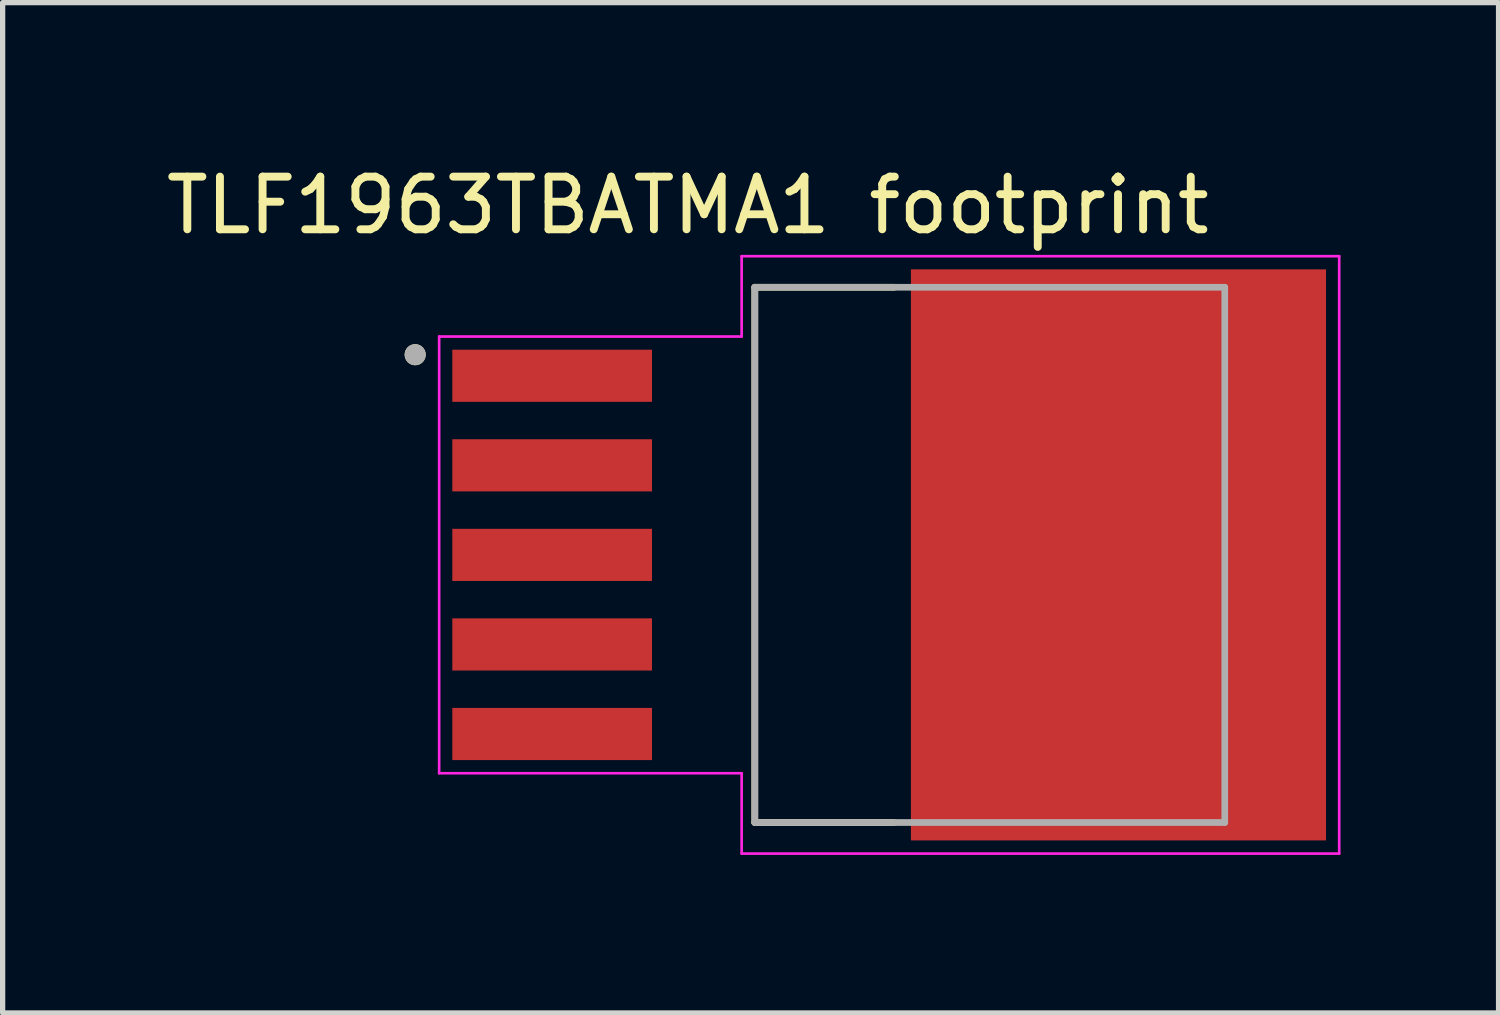
<source format=kicad_pcb>
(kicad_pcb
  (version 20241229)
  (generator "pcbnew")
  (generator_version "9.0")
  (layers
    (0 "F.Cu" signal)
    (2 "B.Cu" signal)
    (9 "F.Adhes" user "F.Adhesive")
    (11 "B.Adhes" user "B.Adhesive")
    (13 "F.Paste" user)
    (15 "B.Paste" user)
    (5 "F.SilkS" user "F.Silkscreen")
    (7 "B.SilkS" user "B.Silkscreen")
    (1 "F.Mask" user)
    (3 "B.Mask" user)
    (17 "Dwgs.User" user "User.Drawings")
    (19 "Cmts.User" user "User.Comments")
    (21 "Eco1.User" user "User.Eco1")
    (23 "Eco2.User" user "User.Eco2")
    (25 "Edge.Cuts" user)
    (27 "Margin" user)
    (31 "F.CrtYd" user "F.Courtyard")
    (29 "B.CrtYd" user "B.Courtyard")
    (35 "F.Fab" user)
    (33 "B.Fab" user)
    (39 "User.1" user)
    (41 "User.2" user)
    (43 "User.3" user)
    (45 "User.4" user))
  (footprint "TLF1963TBATMA1 footprint"
    (layer "F.Cu")
    (at 13.831 7.483)
    (property "Reference" "TLF1963TBATMA1 footprint" (at -3.825 -6.635 0) (layer "F.SilkS") (effects (font (size 1 1) (thickness 0.15))))
    (attr smd)
    (fp_line (start -2.553 -5.08) (end 0.09 -5.08) (stroke (width 0.127) (type solid)) (layer "F.SilkS"))
    (fp_line (start -2.553 5.08) (end -2.553 -5.08) (stroke (width 0.127) (type solid)) (layer "F.SilkS"))
    (fp_line (start 0.09 5.08) (end -2.553 5.08) (stroke (width 0.127) (type solid)) (layer "F.SilkS"))
    (fp_circle (center -9 -3.8) (end -8.9 -3.8) (stroke (width 0.2) (type solid)) (fill no) (layer "F.SilkS"))
    (fp_poly (pts (xy 0.96 -5.15) (xy 2.48 -5.15) (xy 2.48 -3.9) (xy 0.96 -3.9)) (stroke (width 0.01) (type solid)) (fill yes) (layer "F.Paste"))
    (fp_poly (pts (xy 0.96 -3.34) (xy 2.48 -3.34) (xy 2.48 -2.09) (xy 0.96 -2.09)) (stroke (width 0.01) (type solid)) (fill yes) (layer "F.Paste"))
    (fp_poly (pts (xy 0.96 -1.53) (xy 2.48 -1.53) (xy 2.48 -0.28) (xy 0.96 -0.28)) (stroke (width 0.01) (type solid)) (fill yes) (layer "F.Paste"))
    (fp_poly (pts (xy 0.96 0.28) (xy 2.48 0.28) (xy 2.48 1.53) (xy 0.96 1.53)) (stroke (width 0.01) (type solid)) (fill yes) (layer "F.Paste"))
    (fp_poly (pts (xy 0.96 2.09) (xy 2.48 2.09) (xy 2.48 3.34) (xy 0.96 3.34)) (stroke (width 0.01) (type solid)) (fill yes) (layer "F.Paste"))
    (fp_poly (pts (xy 0.96 3.9) (xy 2.48 3.9) (xy 2.48 5.15) (xy 0.96 5.15)) (stroke (width 0.01) (type solid)) (fill yes) (layer "F.Paste"))
    (fp_poly (pts (xy 3.59 -5.15) (xy 5.11 -5.15) (xy 5.11 -3.9) (xy 3.59 -3.9)) (stroke (width 0.01) (type solid)) (fill yes) (layer "F.Paste"))
    (fp_poly (pts (xy 3.59 -3.34) (xy 5.11 -3.34) (xy 5.11 -2.09) (xy 3.59 -2.09)) (stroke (width 0.01) (type solid)) (fill yes) (layer "F.Paste"))
    (fp_poly (pts (xy 3.59 -1.53) (xy 5.11 -1.53) (xy 5.11 -0.28) (xy 3.59 -0.28)) (stroke (width 0.01) (type solid)) (fill yes) (layer "F.Paste"))
    (fp_poly (pts (xy 3.59 0.28) (xy 5.11 0.28) (xy 5.11 1.53) (xy 3.59 1.53)) (stroke (width 0.01) (type solid)) (fill yes) (layer "F.Paste"))
    (fp_poly (pts (xy 3.59 2.09) (xy 5.11 2.09) (xy 5.11 3.34) (xy 3.59 3.34)) (stroke (width 0.01) (type solid)) (fill yes) (layer "F.Paste"))
    (fp_poly (pts (xy 3.59 3.9) (xy 5.11 3.9) (xy 5.11 5.15) (xy 3.59 5.15)) (stroke (width 0.01) (type solid)) (fill yes) (layer "F.Paste"))
    (fp_poly (pts (xy 6.22 -5.15) (xy 7.74 -5.15) (xy 7.74 -3.9) (xy 6.22 -3.9)) (stroke (width 0.01) (type solid)) (fill yes) (layer "F.Paste"))
    (fp_poly (pts (xy 6.22 -3.34) (xy 7.74 -3.34) (xy 7.74 -2.09) (xy 6.22 -2.09)) (stroke (width 0.01) (type solid)) (fill yes) (layer "F.Paste"))
    (fp_poly (pts (xy 6.22 -1.53) (xy 7.74 -1.53) (xy 7.74 -0.28) (xy 6.22 -0.28)) (stroke (width 0.01) (type solid)) (fill yes) (layer "F.Paste"))
    (fp_poly (pts (xy 6.22 0.28) (xy 7.74 0.28) (xy 7.74 1.53) (xy 6.22 1.53)) (stroke (width 0.01) (type solid)) (fill yes) (layer "F.Paste"))
    (fp_poly (pts (xy 6.22 2.09) (xy 7.74 2.09) (xy 7.74 3.34) (xy 6.22 3.34)) (stroke (width 0.01) (type solid)) (fill yes) (layer "F.Paste"))
    (fp_poly (pts (xy 6.22 3.9) (xy 7.74 3.9) (xy 7.74 5.15) (xy 6.22 5.15)) (stroke (width 0.01) (type solid)) (fill yes) (layer "F.Paste"))
    (fp_line (start -8.545 -4.145) (end -8.545 4.145) (stroke (width 0.05) (type solid)) (layer "F.CrtYd"))
    (fp_line (start -8.545 4.145) (end -2.803 4.145) (stroke (width 0.05) (type solid)) (layer "F.CrtYd"))
    (fp_line (start -2.803 -5.67) (end -2.803 -4.145) (stroke (width 0.05) (type solid)) (layer "F.CrtYd"))
    (fp_line (start -2.803 -4.145) (end -8.545 -4.145) (stroke (width 0.05) (type solid)) (layer "F.CrtYd"))
    (fp_line (start -2.803 4.145) (end -2.803 5.67) (stroke (width 0.05) (type solid)) (layer "F.CrtYd"))
    (fp_line (start -2.803 5.67) (end 8.54 5.67) (stroke (width 0.05) (type solid)) (layer "F.CrtYd"))
    (fp_line (start 8.54 -5.67) (end -2.803 -5.67) (stroke (width 0.05) (type solid)) (layer "F.CrtYd"))
    (fp_line (start 8.54 5.67) (end 8.54 -5.67) (stroke (width 0.05) (type solid)) (layer "F.CrtYd"))
    (fp_line (start -2.553 -5.08) (end 6.368 -5.08) (stroke (width 0.127) (type solid)) (layer "F.Fab"))
    (fp_line (start -2.553 5.08) (end -2.553 -5.08) (stroke (width 0.127) (type solid)) (layer "F.Fab"))
    (fp_line (start 6.368 -5.08) (end 6.368 5.08) (stroke (width 0.127) (type solid)) (layer "F.Fab"))
    (fp_line (start 6.368 5.08) (end -2.553 5.08) (stroke (width 0.127) (type solid)) (layer "F.Fab"))
    (fp_circle (center -9 -3.8) (end -8.9 -3.8) (stroke (width 0.2) (type solid)) (fill no) (layer "F.Fab"))
    (pad "1" smd rect (at -6.4 -3.4) (size 3.79 0.99) (layers "F.Cu" "F.Mask" "F.Paste"))
    (pad "2" smd rect (at -6.4 -1.7) (size 3.79 0.99) (layers "F.Cu" "F.Mask" "F.Paste"))
    (pad "3" smd rect (at -6.4 0) (size 3.79 0.99) (layers "F.Cu" "F.Mask" "F.Paste"))
    (pad "4" smd rect (at -6.4 1.7) (size 3.79 0.99) (layers "F.Cu" "F.Mask" "F.Paste"))
    (pad "5" smd rect (at -6.4 3.4) (size 3.79 0.99) (layers "F.Cu" "F.Mask" "F.Paste"))
    (pad "6" smd rect (at 4.35 0) (size 7.88 10.84) (layers "F.Cu" "F.Mask")))
  (gr_rect
    (start -3 -3)
    (end 25.396 16.178)
    (stroke (width 0.1) (type default))
    (fill no)
    (layer "Edge.Cuts")))
</source>
